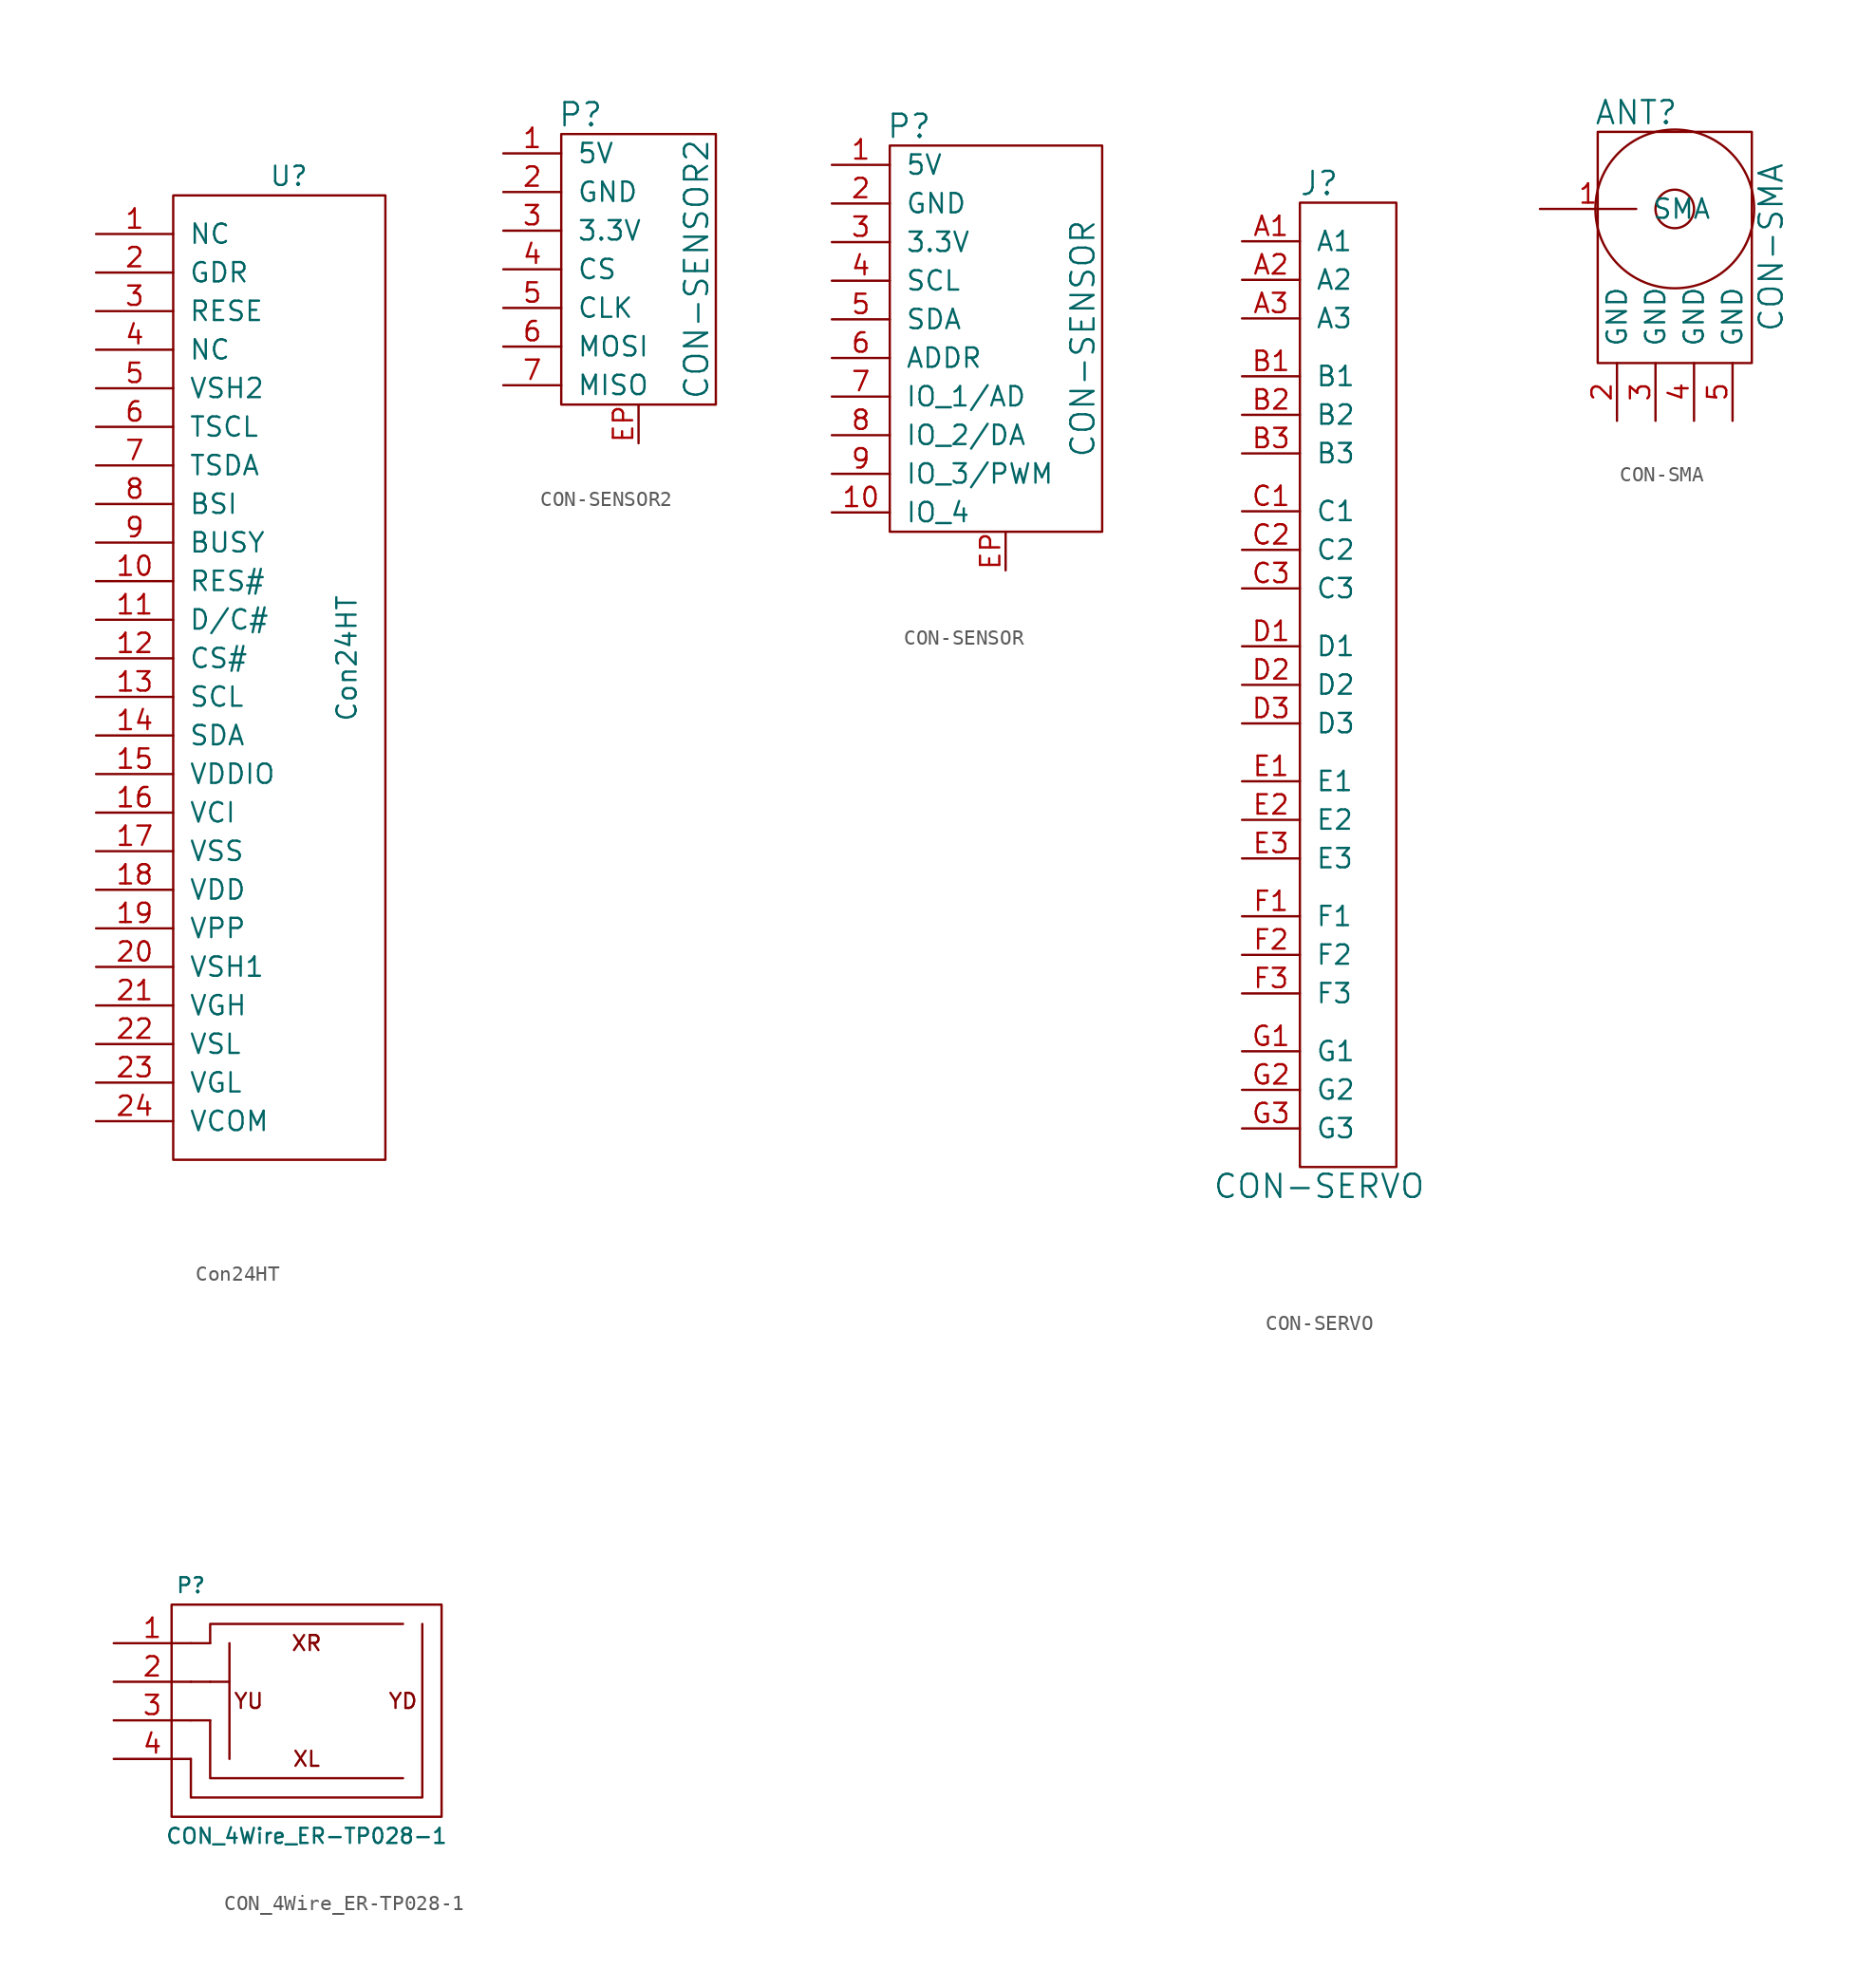
<source format=kicad_sym>
(kicad_symbol_lib
  (version 20210619)
  (generator kicad_symbol_editor)
  (symbol "tinkerforge:Con24HT"
    (pin_names
      (offset 1.016))
    (property "Reference" "U"
      (at 0 31.75 0)
      (effects (font (size 1.27 1.27))))
    (property "Value" "Con24HT"
      (at 3.81 0 90)
      (effects (font (size 1.27 1.27))))
    (symbol "Con24HT_0_1"
      (rectangle (start -7.62 30.48) (end 6.35 -33.02) (stroke (width 0)) (fill (type none))))
    (symbol "Con24HT_1_1"
      (pin input line (at -12.7 27.94 0) (length 5.08) (name "NC" (effects (font (size 1.27 1.27)))) (number "1" (effects (font (size 1.27 1.27)))))
      (pin input line (at -12.7 5.08 0) (length 5.08) (name "RES#" (effects (font (size 1.27 1.27)))) (number "10" (effects (font (size 1.27 1.27)))))
      (pin input line (at -12.7 2.54 0) (length 5.08) (name "D/C#" (effects (font (size 1.27 1.27)))) (number "11" (effects (font (size 1.27 1.27)))))
      (pin input line (at -12.7 0 0) (length 5.08) (name "CS#" (effects (font (size 1.27 1.27)))) (number "12" (effects (font (size 1.27 1.27)))))
      (pin input line (at -12.7 -2.54 0) (length 5.08) (name "SCL" (effects (font (size 1.27 1.27)))) (number "13" (effects (font (size 1.27 1.27)))))
      (pin input line (at -12.7 -5.08 0) (length 5.08) (name "SDA" (effects (font (size 1.27 1.27)))) (number "14" (effects (font (size 1.27 1.27)))))
      (pin input line (at -12.7 -7.62 0) (length 5.08) (name "VDDIO" (effects (font (size 1.27 1.27)))) (number "15" (effects (font (size 1.27 1.27)))))
      (pin input line (at -12.7 -10.16 0) (length 5.08) (name "VCI" (effects (font (size 1.27 1.27)))) (number "16" (effects (font (size 1.27 1.27)))))
      (pin input line (at -12.7 -12.7 0) (length 5.08) (name "VSS" (effects (font (size 1.27 1.27)))) (number "17" (effects (font (size 1.27 1.27)))))
      (pin input line (at -12.7 -15.24 0) (length 5.08) (name "VDD" (effects (font (size 1.27 1.27)))) (number "18" (effects (font (size 1.27 1.27)))))
      (pin input line (at -12.7 -17.78 0) (length 5.08) (name "VPP" (effects (font (size 1.27 1.27)))) (number "19" (effects (font (size 1.27 1.27)))))
      (pin input line (at -12.7 25.4 0) (length 5.08) (name "GDR" (effects (font (size 1.27 1.27)))) (number "2" (effects (font (size 1.27 1.27)))))
      (pin input line (at -12.7 -20.32 0) (length 5.08) (name "VSH1" (effects (font (size 1.27 1.27)))) (number "20" (effects (font (size 1.27 1.27)))))
      (pin input line (at -12.7 -22.86 0) (length 5.08) (name "VGH" (effects (font (size 1.27 1.27)))) (number "21" (effects (font (size 1.27 1.27)))))
      (pin input line (at -12.7 -25.4 0) (length 5.08) (name "VSL" (effects (font (size 1.27 1.27)))) (number "22" (effects (font (size 1.27 1.27)))))
      (pin input line (at -12.7 -27.94 0) (length 5.08) (name "VGL" (effects (font (size 1.27 1.27)))) (number "23" (effects (font (size 1.27 1.27)))))
      (pin input line (at -12.7 -30.48 0) (length 5.08) (name "VCOM" (effects (font (size 1.27 1.27)))) (number "24" (effects (font (size 1.27 1.27)))))
      (pin input line (at -12.7 22.86 0) (length 5.08) (name "RESE" (effects (font (size 1.27 1.27)))) (number "3" (effects (font (size 1.27 1.27)))))
      (pin input line (at -12.7 20.32 0) (length 5.08) (name "NC" (effects (font (size 1.27 1.27)))) (number "4" (effects (font (size 1.27 1.27)))))
      (pin input line (at -12.7 17.78 0) (length 5.08) (name "VSH2" (effects (font (size 1.27 1.27)))) (number "5" (effects (font (size 1.27 1.27)))))
      (pin input line (at -12.7 15.24 0) (length 5.08) (name "TSCL" (effects (font (size 1.27 1.27)))) (number "6" (effects (font (size 1.27 1.27)))))
      (pin input line (at -12.7 12.7 0) (length 5.08) (name "TSDA" (effects (font (size 1.27 1.27)))) (number "7" (effects (font (size 1.27 1.27)))))
      (pin input line (at -12.7 10.16 0) (length 5.08) (name "BSI" (effects (font (size 1.27 1.27)))) (number "8" (effects (font (size 1.27 1.27)))))
      (pin input line (at -12.7 7.62 0) (length 5.08) (name "BUSY" (effects (font (size 1.27 1.27)))) (number "9" (effects (font (size 1.27 1.27)))))))
  (symbol "tinkerforge:CON-SENSOR2"
    (pin_names
      (offset 1.016))
    (property "Reference" "P"
      (at -3.81 10.16 0)
      (effects (font (size 1.524 1.524))))
    (property "Value" "CON-SENSOR2"
      (at 3.81 0 90)
      (effects (font (size 1.524 1.524))))
    (property "Footprint" ""
      (at 2.54 -3.81 0)
      (effects (font (size 1.524 1.524))))
    (property "Datasheet" ""
      (at 2.54 -3.81 0)
      (effects (font (size 1.524 1.524))))
    (symbol "CON-SENSOR2_0_1"
      (rectangle (start -5.08 8.89) (end 5.08 -8.89) (stroke (width 0)) (fill (type none))))
    (symbol "CON-SENSOR2_1_1"
      (pin passive line (at -8.89 7.62 0) (length 3.81) (name "5V" (effects (font (size 1.27 1.27)))) (number "1" (effects (font (size 1.27 1.27)))))
      (pin passive line (at -8.89 5.08 0) (length 3.81) (name "GND" (effects (font (size 1.27 1.27)))) (number "2" (effects (font (size 1.27 1.27)))))
      (pin passive line (at -8.89 2.54 0) (length 3.81) (name "3.3V" (effects (font (size 1.27 1.27)))) (number "3" (effects (font (size 1.27 1.27)))))
      (pin passive line (at -8.89 0 0) (length 3.81) (name "CS" (effects (font (size 1.27 1.27)))) (number "4" (effects (font (size 1.27 1.27)))))
      (pin passive line (at -8.89 -2.54 0) (length 3.81) (name "CLK" (effects (font (size 1.27 1.27)))) (number "5" (effects (font (size 1.27 1.27)))))
      (pin passive line (at -8.89 -5.08 0) (length 3.81) (name "MOSI" (effects (font (size 1.27 1.27)))) (number "6" (effects (font (size 1.27 1.27)))))
      (pin passive line (at -8.89 -7.62 0) (length 3.81) (name "MISO" (effects (font (size 1.27 1.27)))) (number "7" (effects (font (size 1.27 1.27)))))
      (pin passive line (at 0 -11.43 90) (length 2.54) (name "~" (effects (font (size 1.27 1.27)))) (number "EP" (effects (font (size 1.27 1.27)))))))
  (symbol "tinkerforge:CON-SENSOR"
    (pin_names
      (offset 1.016))
    (property "Reference" "P"
      (at -6.35 13.97 0)
      (effects (font (size 1.524 1.524))))
    (property "Value" "CON-SENSOR"
      (at 5.08 0 90)
      (effects (font (size 1.524 1.524))))
    (property "Footprint" ""
      (at 0 0 0)
      (effects (font (size 1.524 1.524))))
    (property "Datasheet" ""
      (at 0 0 0)
      (effects (font (size 1.524 1.524))))
    (symbol "CON-SENSOR_0_1"
      (rectangle (start -7.62 12.7) (end 6.35 -12.7) (stroke (width 0)) (fill (type none))))
    (symbol "CON-SENSOR_1_1"
      (pin passive line (at -11.43 11.43 0) (length 3.81) (name "5V" (effects (font (size 1.27 1.27)))) (number "1" (effects (font (size 1.27 1.27)))))
      (pin passive line (at -11.43 -11.43 0) (length 3.81) (name "IO_4" (effects (font (size 1.27 1.27)))) (number "10" (effects (font (size 1.27 1.27)))))
      (pin passive line (at -11.43 8.89 0) (length 3.81) (name "GND" (effects (font (size 1.27 1.27)))) (number "2" (effects (font (size 1.27 1.27)))))
      (pin passive line (at -11.43 6.35 0) (length 3.81) (name "3.3V" (effects (font (size 1.27 1.27)))) (number "3" (effects (font (size 1.27 1.27)))))
      (pin passive line (at -11.43 3.81 0) (length 3.81) (name "SCL" (effects (font (size 1.27 1.27)))) (number "4" (effects (font (size 1.27 1.27)))))
      (pin passive line (at -11.43 1.27 0) (length 3.81) (name "SDA" (effects (font (size 1.27 1.27)))) (number "5" (effects (font (size 1.27 1.27)))))
      (pin passive line (at -11.43 -1.27 0) (length 3.81) (name "ADDR" (effects (font (size 1.27 1.27)))) (number "6" (effects (font (size 1.27 1.27)))))
      (pin passive line (at -11.43 -3.81 0) (length 3.81) (name "IO_1/AD" (effects (font (size 1.27 1.27)))) (number "7" (effects (font (size 1.27 1.27)))))
      (pin passive line (at -11.43 -6.35 0) (length 3.81) (name "IO_2/DA" (effects (font (size 1.27 1.27)))) (number "8" (effects (font (size 1.27 1.27)))))
      (pin passive line (at -11.43 -8.89 0) (length 3.81) (name "IO_3/PWM" (effects (font (size 1.27 1.27)))) (number "9" (effects (font (size 1.27 1.27)))))
      (pin passive line (at 0 -15.24 90) (length 2.54) (name "~" (effects (font (size 1.27 1.27)))) (number "EP" (effects (font (size 1.27 1.27)))))))
  (symbol "tinkerforge:CON-SERVO"
    (pin_names
      (offset 1.016))
    (property "Reference" "J"
      (at 0 27.94 0)
      (effects (font (size 1.524 1.524))))
    (property "Value" "CON-SERVO"
      (at 0 -38.1 0)
      (effects (font (size 1.524 1.524))))
    (property "Footprint" ""
      (at 0 0 0)
      (effects (font (size 1.524 1.524))))
    (property "Datasheet" ""
      (at 0 0 0)
      (effects (font (size 1.524 1.524))))
    (symbol "CON-SERVO_0_1"
      (rectangle (start -1.27 26.67) (end 5.08 -36.83) (stroke (width 0)) (fill (type none))))
    (symbol "CON-SERVO_1_1"
      (pin input line (at -5.08 24.13 0) (length 3.81) (name "A1" (effects (font (size 1.27 1.27)))) (number "A1" (effects (font (size 1.27 1.27)))))
      (pin passive line (at -5.08 21.59 0) (length 3.81) (name "A2" (effects (font (size 1.27 1.27)))) (number "A2" (effects (font (size 1.27 1.27)))))
      (pin passive line (at -5.08 19.05 0) (length 3.81) (name "A3" (effects (font (size 1.27 1.27)))) (number "A3" (effects (font (size 1.27 1.27)))))
      (pin passive line (at -5.08 15.24 0) (length 3.81) (name "B1" (effects (font (size 1.27 1.27)))) (number "B1" (effects (font (size 1.27 1.27)))))
      (pin passive line (at -5.08 12.7 0) (length 3.81) (name "B2" (effects (font (size 1.27 1.27)))) (number "B2" (effects (font (size 1.27 1.27)))))
      (pin passive line (at -5.08 10.16 0) (length 3.81) (name "B3" (effects (font (size 1.27 1.27)))) (number "B3" (effects (font (size 1.27 1.27)))))
      (pin passive line (at -5.08 6.35 0) (length 3.81) (name "C1" (effects (font (size 1.27 1.27)))) (number "C1" (effects (font (size 1.27 1.27)))))
      (pin passive line (at -5.08 3.81 0) (length 3.81) (name "C2" (effects (font (size 1.27 1.27)))) (number "C2" (effects (font (size 1.27 1.27)))))
      (pin passive line (at -5.08 1.27 0) (length 3.81) (name "C3" (effects (font (size 1.27 1.27)))) (number "C3" (effects (font (size 1.27 1.27)))))
      (pin passive line (at -5.08 -2.54 0) (length 3.81) (name "D1" (effects (font (size 1.27 1.27)))) (number "D1" (effects (font (size 1.27 1.27)))))
      (pin passive line (at -5.08 -5.08 0) (length 3.81) (name "D2" (effects (font (size 1.27 1.27)))) (number "D2" (effects (font (size 1.27 1.27)))))
      (pin passive line (at -5.08 -7.62 0) (length 3.81) (name "D3" (effects (font (size 1.27 1.27)))) (number "D3" (effects (font (size 1.27 1.27)))))
      (pin passive line (at -5.08 -11.43 0) (length 3.81) (name "E1" (effects (font (size 1.27 1.27)))) (number "E1" (effects (font (size 1.27 1.27)))))
      (pin passive line (at -5.08 -13.97 0) (length 3.81) (name "E2" (effects (font (size 1.27 1.27)))) (number "E2" (effects (font (size 1.27 1.27)))))
      (pin passive line (at -5.08 -16.51 0) (length 3.81) (name "E3" (effects (font (size 1.27 1.27)))) (number "E3" (effects (font (size 1.27 1.27)))))
      (pin passive line (at -5.08 -20.32 0) (length 3.81) (name "F1" (effects (font (size 1.27 1.27)))) (number "F1" (effects (font (size 1.27 1.27)))))
      (pin passive line (at -5.08 -22.86 0) (length 3.81) (name "F2" (effects (font (size 1.27 1.27)))) (number "F2" (effects (font (size 1.27 1.27)))))
      (pin passive line (at -5.08 -25.4 0) (length 3.81) (name "F3" (effects (font (size 1.27 1.27)))) (number "F3" (effects (font (size 1.27 1.27)))))
      (pin passive line (at -5.08 -29.21 0) (length 3.81) (name "G1" (effects (font (size 1.27 1.27)))) (number "G1" (effects (font (size 1.27 1.27)))))
      (pin passive line (at -5.08 -31.75 0) (length 3.81) (name "G2" (effects (font (size 1.27 1.27)))) (number "G2" (effects (font (size 1.27 1.27)))))
      (pin passive line (at -5.08 -34.29 0) (length 3.81) (name "G3" (effects (font (size 1.27 1.27)))) (number "G3" (effects (font (size 1.27 1.27)))))))
  (symbol "tinkerforge:CON-SMA"
    (pin_names
      (offset 1.016))
    (property "Reference" "ANT"
      (at -2.54 13.97 0)
      (effects (font (size 1.524 1.524))))
    (property "Value" "CON-SMA"
      (at 6.35 5.08 90)
      (effects (font (size 1.524 1.524))))
    (property "Footprint" ""
      (at 0 0 0)
      (effects (font (size 1.524 1.524))))
    (property "Datasheet" ""
      (at 0 0 0)
      (effects (font (size 1.524 1.524))))
    (symbol "CON-SMA_0_1"
      (circle (center 0 7.62) (radius 1.27) (stroke (width 0)) (fill (type none)))
      (circle (center 0 7.62) (radius 5.232) (stroke (width 0)) (fill (type none)))
      (rectangle (start -5.08 12.7) (end 5.08 -2.54) (stroke (width 0)) (fill (type none))))
    (symbol "CON-SMA_1_1"
      (pin passive line (at -8.89 7.62 0) (length 6.35) (name "SMA" (effects (font (size 1.27 1.27)))) (number "1" (effects (font (size 1.27 1.27)))))
      (pin passive line (at -3.81 -6.35 90) (length 3.81) (name "GND" (effects (font (size 1.27 1.27)))) (number "2" (effects (font (size 1.27 1.27)))))
      (pin passive line (at -1.27 -6.35 90) (length 3.81) (name "GND" (effects (font (size 1.27 1.27)))) (number "3" (effects (font (size 1.27 1.27)))))
      (pin passive line (at 1.27 -6.35 90) (length 3.81) (name "GND" (effects (font (size 1.27 1.27)))) (number "4" (effects (font (size 1.27 1.27)))))
      (pin passive line (at 3.81 -6.35 90) (length 3.81) (name "GND" (effects (font (size 1.27 1.27)))) (number "5" (effects (font (size 1.27 1.27)))))))
  (symbol "tinkerforge:CON_4Wire_ER-TP028-1"
    (pin_names
      (offset 1.016))
    (property "Reference" "P"
      (at -3.81 7.62 0)
      (effects (font (size 0.991 0.991))))
    (property "Value" "CON_4Wire_ER-TP028-1"
      (at 3.81 -8.89 0)
      (effects (font (size 0.991 0.991))))
    (property "Footprint" ""
      (at 21.59 16.51 0)
      (effects (font (size 0.991 0.991))))
    (property "Datasheet" ""
      (at 21.59 16.51 0)
      (effects (font (size 0.991 0.991))))
    (symbol "CON_4Wire_ER-TP028-1_0_0"
      (text "XL" (at 3.81 -3.81 0) (effects (font (size 0.991 0.991))))
      (text "XR" (at 3.81 3.81 0) (effects (font (size 0.991 0.991))))
      (text "YD" (at 10.16 0 0) (effects (font (size 0.991 0.991))))
      (text "YU" (at 0 0 0) (effects (font (size 0.991 0.991)))))
    (symbol "CON_4Wire_ER-TP028-1_0_1"
      (rectangle (start -5.08 6.35) (end 12.7 -7.62) (stroke (width 0)) (fill (type none)))
      (polyline (pts (xy -3.81 -1.27) (xy -2.54 -1.27)) (stroke (width 0)) (fill (type none)))
      (polyline (pts (xy -3.81 1.27) (xy -2.54 1.27)) (stroke (width 0)) (fill (type none)))
      (polyline (pts (xy -2.54 3.81) (xy -3.81 3.81)) (stroke (width 0)) (fill (type none)))
      (polyline (pts (xy -1.27 1.27) (xy -1.27 -3.81)) (stroke (width 0)) (fill (type none)))
      (polyline (pts (xy -2.54 -1.27) (xy -2.54 -5.08) (xy 10.16 -5.08)) (stroke (width 0)) (fill (type none)))
      (polyline (pts (xy -2.54 1.27) (xy -1.27 1.27) (xy -1.27 3.81)) (stroke (width 0)) (fill (type none)))
      (polyline (pts (xy -2.54 3.81) (xy -2.54 5.08) (xy 10.16 5.08)) (stroke (width 0)) (fill (type none)))
      (polyline (pts (xy -3.81 -3.81) (xy -3.81 -6.35) (xy 11.43 -6.35) (xy 11.43 5.08)) (stroke (width 0)) (fill (type none))))
    (symbol "CON_4Wire_ER-TP028-1_1_1"
      (pin input line (at -8.89 3.81 0) (length 5.08) (name "~" (effects (font (size 1.27 1.27)))) (number "1" (effects (font (size 1.27 1.27)))))
      (pin input line (at -8.89 1.27 0) (length 5.08) (name "~" (effects (font (size 1.27 1.27)))) (number "2" (effects (font (size 1.27 1.27)))))
      (pin input line (at -8.89 -1.27 0) (length 5.08) (name "~" (effects (font (size 1.27 1.27)))) (number "3" (effects (font (size 1.27 1.27)))))
      (pin input line (at -8.89 -3.81 0) (length 5.08) (name "~" (effects (font (size 1.27 1.27)))) (number "4" (effects (font (size 1.27 1.27))))))))
</source>
